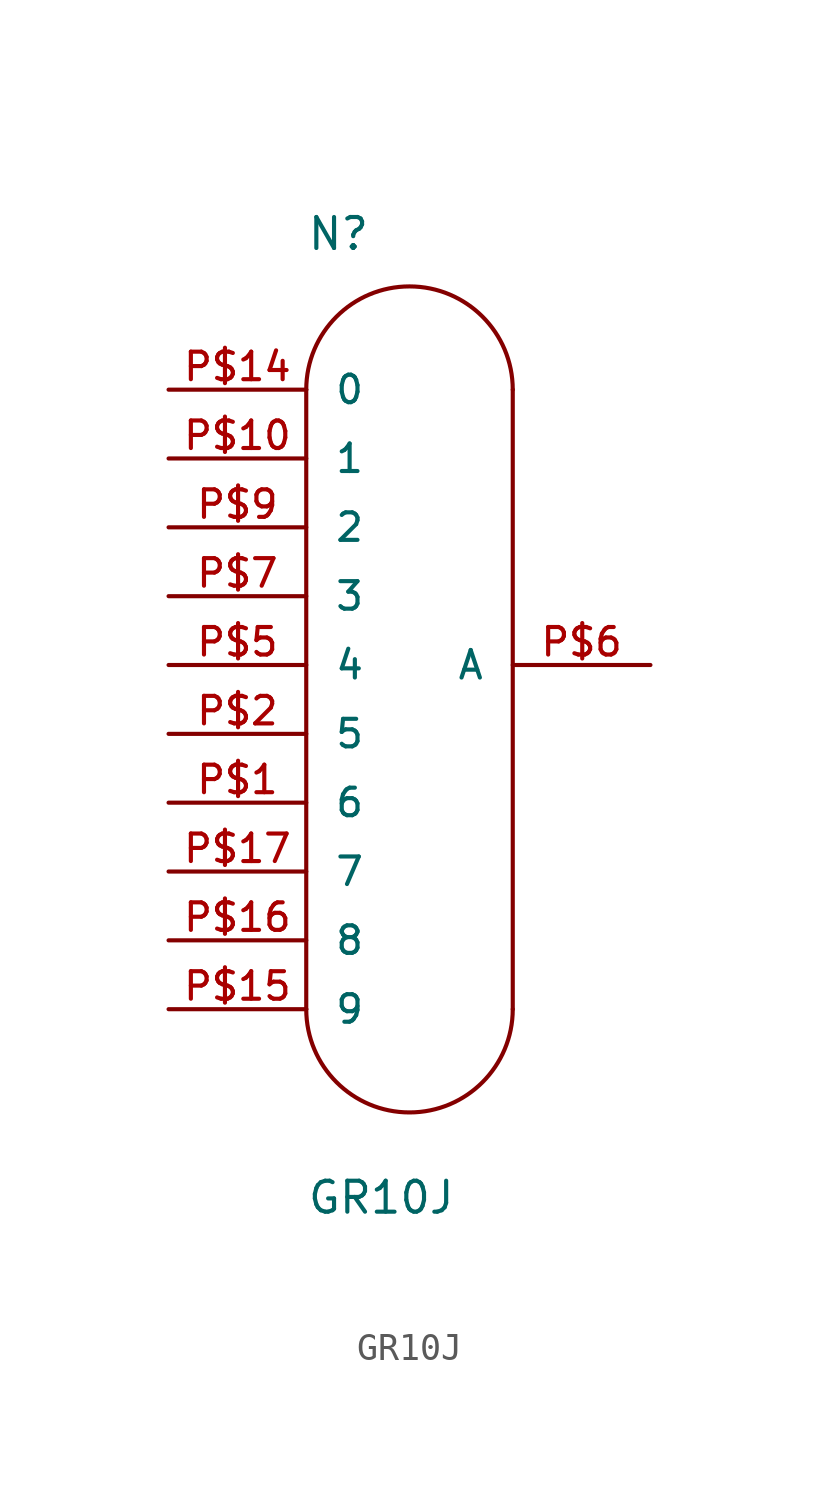
<source format=kicad_sym>
(kicad_symbol_lib
  (version 20241209)
  (generator "kicad_symbol_editor")
  (generator_version "9.0")
  (symbol "GR10J"
    (pin_names
      (offset 1.016))
    (property "Reference" "N"
      (at -22.86 12.7 0)
      (effects (font (size 1.143 1.143)) (justify left bottom)))
    (property "Value" "GR10J"
      (at -22.86 -22.86 0)
      (effects (font (size 1.143 1.143)) (justify left bottom)))
    (property "ki_locked" ""
      (at 0 0 0)
      (effects (font (size 1.27 1.27))))
    (symbol "GR10J_1_0"
      (polyline (pts (xy -22.86 7.62) (xy -22.86 -15.24)) (stroke (width 0) (type default)) (fill (type none)))
      (polyline (pts (xy -15.24 7.62) (xy -15.24 -15.24)) (stroke (width 0) (type default)) (fill (type none))))
    (symbol "GR10J_1_1"
      (arc (start -22.86 7.62) (mid -19.05 11.4133) (end -15.24 7.62) (stroke (width 0) (type default)) (fill (type none)))
      (arc (start -15.24 -15.24) (mid -19.05 -19.0333) (end -22.86 -15.24) (stroke (width 0) (type default)) (fill (type none)))
      (pin passive line (at -27.94 7.62 0) (length 5.08) (name "0" (effects (font (size 1.016 1.016)))) (number "P$14" (effects (font (size 1.016 1.016)))))
      (pin passive line (at -27.94 5.08 0) (length 5.08) (name "1" (effects (font (size 1.016 1.016)))) (number "P$10" (effects (font (size 1.016 1.016)))))
      (pin passive line (at -27.94 2.54 0) (length 5.08) (name "2" (effects (font (size 1.016 1.016)))) (number "P$9" (effects (font (size 1.016 1.016)))))
      (pin passive line (at -27.94 0 0) (length 5.08) (name "3" (effects (font (size 1.016 1.016)))) (number "P$7" (effects (font (size 1.016 1.016)))))
      (pin passive line (at -27.94 -2.54 0) (length 5.08) (name "4" (effects (font (size 1.016 1.016)))) (number "P$5" (effects (font (size 1.016 1.016)))))
      (pin passive line (at -27.94 -5.08 0) (length 5.08) (name "5" (effects (font (size 1.016 1.016)))) (number "P$2" (effects (font (size 1.016 1.016)))))
      (pin passive line (at -27.94 -7.62 0) (length 5.08) (name "6" (effects (font (size 1.016 1.016)))) (number "P$1" (effects (font (size 1.016 1.016)))))
      (pin passive line (at -27.94 -10.16 0) (length 5.08) (name "7" (effects (font (size 1.016 1.016)))) (number "P$17" (effects (font (size 1.016 1.016)))))
      (pin passive line (at -27.94 -12.7 0) (length 5.08) (name "8" (effects (font (size 1.016 1.016)))) (number "P$16" (effects (font (size 1.016 1.016)))))
      (pin passive line (at -27.94 -15.24 0) (length 5.08) (name "9" (effects (font (size 1.016 1.016)))) (number "P$15" (effects (font (size 1.016 1.016)))))
      (pin passive line (at -10.16 -2.54 180) (length 5.08) (name "A" (effects (font (size 1.016 1.016)))) (number "P$6" (effects (font (size 1.016 1.016))))))))
</source>
